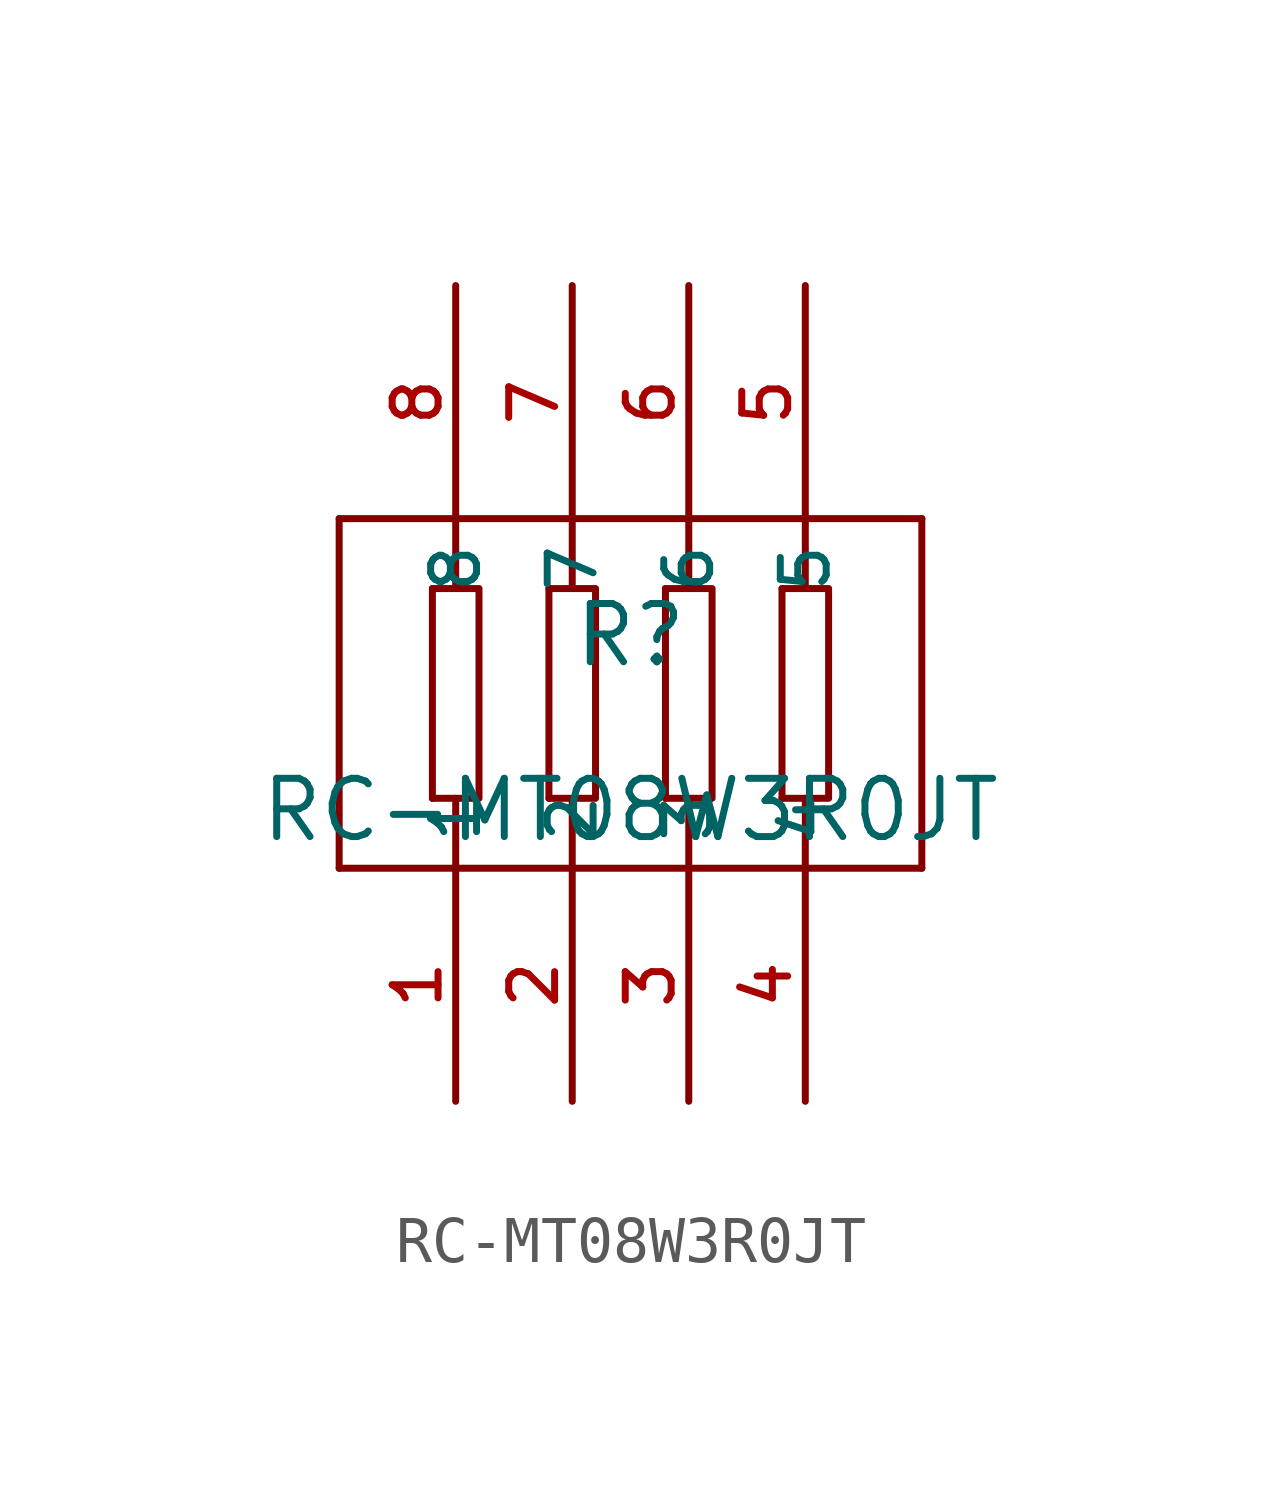
<source format=kicad_sym>
(kicad_symbol_lib
  (version 20210201)
  (generator TousstNicolas/JLC2KiCad_lib)
  (symbol "RC-MT08W3R0JT"
    (property "Reference" "R"
      (at 0 1.27 0)
      (effects (font (size 1.27 1.27))))
    (property "Value" "RC-MT08W3R0JT"
      (at 0 -2.54 0)
      (effects (font (size 1.27 1.27))))
    (symbol "RC-MT08W3R0JT_0_1"
      (pin input line (at -3.81 -8.89 90) (length 5.08) (name "1" (effects (font (size 1 1)))) (number "1" (effects (font (size 1 1)))))
      (pin input line (at -1.27 -8.89 90) (length 5.08) (name "2" (effects (font (size 1 1)))) (number "2" (effects (font (size 1 1)))))
      (pin input line (at 1.27 -8.89 90) (length 5.08) (name "3" (effects (font (size 1 1)))) (number "3" (effects (font (size 1 1)))))
      (pin input line (at 3.81 -8.89 90) (length 5.08) (name "4" (effects (font (size 1 1)))) (number "4" (effects (font (size 1 1)))))
      (pin input line (at 3.81 8.89 270) (length 5.08) (name "5" (effects (font (size 1 1)))) (number "5" (effects (font (size 1 1)))))
      (pin input line (at 1.27 8.89 270) (length 5.08) (name "6" (effects (font (size 1 1)))) (number "6" (effects (font (size 1 1)))))
      (pin input line (at -1.27 8.89 270) (length 5.08) (name "7" (effects (font (size 1 1)))) (number "7" (effects (font (size 1 1)))))
      (pin input line (at -3.81 8.89 270) (length 5.08) (name "8" (effects (font (size 1 1)))) (number "8" (effects (font (size 1 1)))))
      (polyline (pts (xy 3.81 -3.81) (xy 3.81 -2.286)) (stroke (width 0) (type default) (color 0 0 0 0)) (fill (type none)))
      (polyline (pts (xy -6.35 -3.81) (xy 6.35 -3.81)) (stroke (width 0) (type default) (color 0 0 0 0)) (fill (type none)))
      (polyline (pts (xy -6.35 3.81) (xy 6.35 3.81)) (stroke (width 0) (type default) (color 0 0 0 0)) (fill (type none)))
      (polyline (pts (xy -3.81 -3.81) (xy -3.81 -2.286)) (stroke (width 0) (type default) (color 0 0 0 0)) (fill (type none)))
      (polyline (pts (xy 1.27 -3.81) (xy 1.27 -2.286)) (stroke (width 0) (type default) (color 0 0 0 0)) (fill (type none)))
      (polyline (pts (xy -6.35 -3.81) (xy -6.35 3.81)) (stroke (width 0) (type default) (color 0 0 0 0)) (fill (type none)))
      (polyline (pts (xy -1.27 -3.81) (xy -1.27 -2.286)) (stroke (width 0) (type default) (color 0 0 0 0)) (fill (type none)))
      (polyline (pts (xy -4.318 -2.286) (xy -4.318 2.286)) (stroke (width 0) (type default) (color 0 0 0 0)) (fill (type none)))
      (polyline (pts (xy -4.318 -2.286) (xy -3.302 -2.286) (xy -3.302 2.286) (xy -4.318 2.286)) (stroke (width 0) (type default) (color 0 0 0 0)) (fill (type none)))
      (polyline (pts (xy -1.778 -2.286) (xy -1.778 2.286)) (stroke (width 0) (type default) (color 0 0 0 0)) (fill (type none)))
      (polyline (pts (xy -1.778 -2.286) (xy -0.762 -2.286) (xy -0.762 2.286) (xy -1.778 2.286)) (stroke (width 0) (type default) (color 0 0 0 0)) (fill (type none)))
      (polyline (pts (xy 0.762 -2.286) (xy 0.762 2.286)) (stroke (width 0) (type default) (color 0 0 0 0)) (fill (type none)))
      (polyline (pts (xy 0.762 -2.286) (xy 1.778 -2.286) (xy 1.778 2.286) (xy 0.762 2.286)) (stroke (width 0) (type default) (color 0 0 0 0)) (fill (type none)))
      (polyline (pts (xy 3.302 -2.286) (xy 3.302 2.286)) (stroke (width 0) (type default) (color 0 0 0 0)) (fill (type none)))
      (polyline (pts (xy 3.302 -2.286) (xy 4.318 -2.286) (xy 4.318 2.286) (xy 3.302 2.286)) (stroke (width 0) (type default) (color 0 0 0 0)) (fill (type none)))
      (polyline (pts (xy -3.81 2.286) (xy -3.81 3.81)) (stroke (width 0) (type default) (color 0 0 0 0)) (fill (type none)))
      (polyline (pts (xy -1.27 2.286) (xy -1.27 3.81)) (stroke (width 0) (type default) (color 0 0 0 0)) (fill (type none)))
      (polyline (pts (xy 1.27 2.286) (xy 1.27 3.81)) (stroke (width 0) (type default) (color 0 0 0 0)) (fill (type none)))
      (polyline (pts (xy 3.81 2.286) (xy 3.81 3.81)) (stroke (width 0) (type default) (color 0 0 0 0)) (fill (type none)))
      (polyline (pts (xy 6.35 -3.81) (xy 6.35 3.81)) (stroke (width 0) (type default) (color 0 0 0 0)) (fill (type none))))))
</source>
